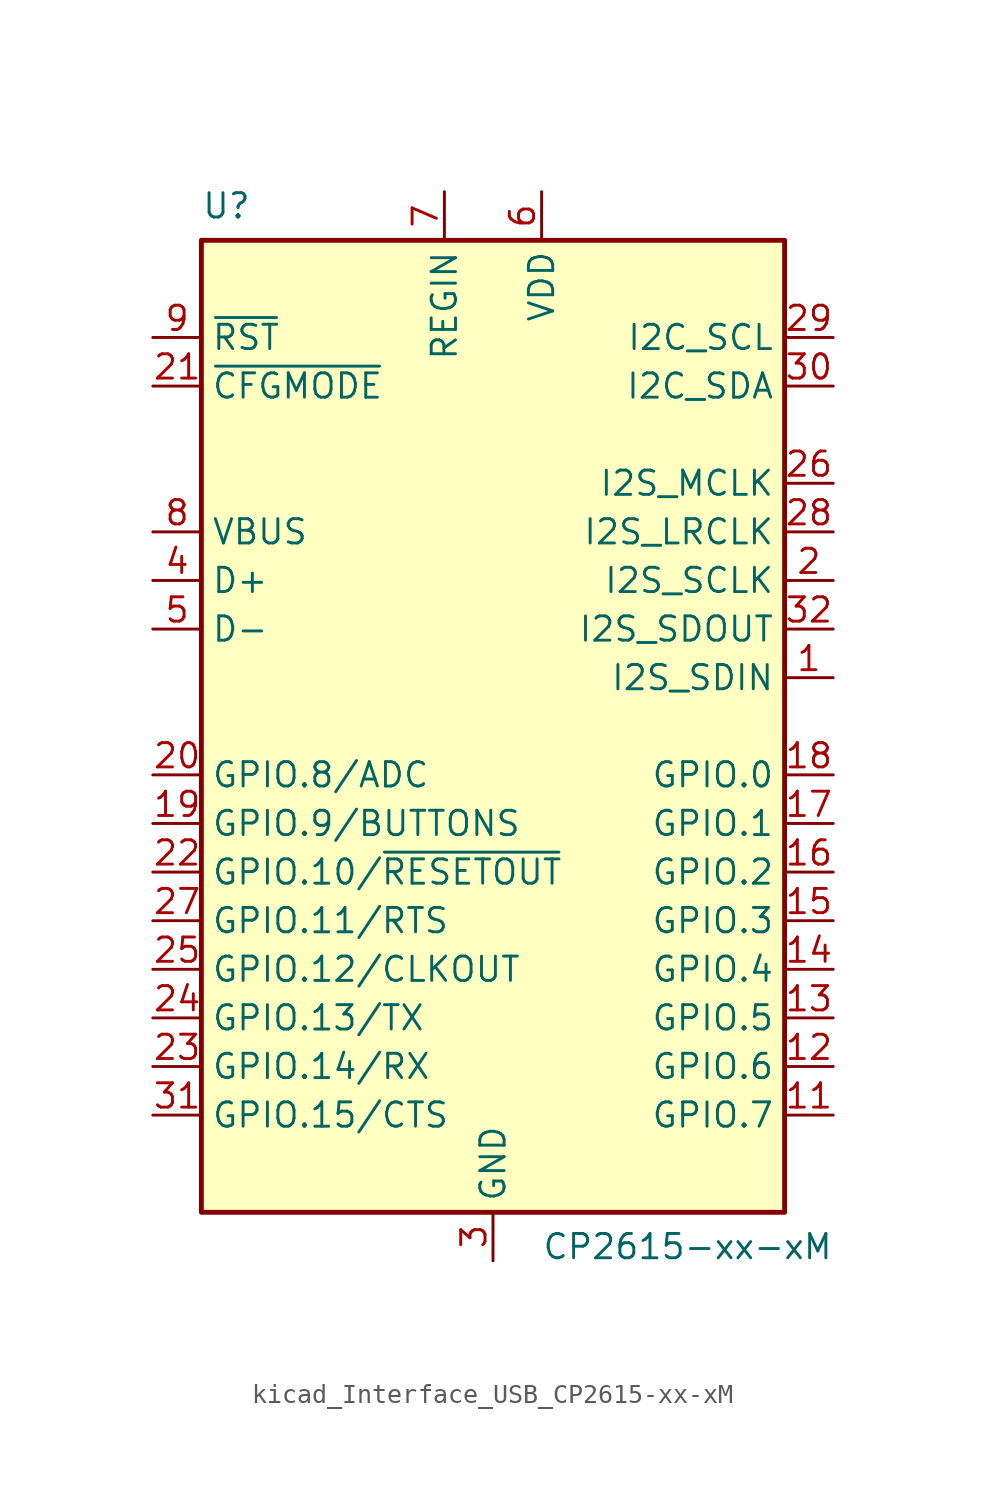
<source format=kicad_sym>
(kicad_symbol_lib
  (version 20220914)
  (generator kicad_symbol_editor)
  (symbol "kicad_Interface_USB_CP2615-xx-xM"
    (property "Reference" "U"
      (at -15.24 27.94 0)
      (effects (font (size 1.27 1.27)) (justify left top)))
    (property "Value" "CP2615-xx-xM"
      (at 2.54 -27.94 0)
      (effects (font (size 1.27 1.27)) (justify left bottom)))
    (symbol "kicad_Interface_USB_CP2615-xx-xM_0_0"
      (pin input line (at 17.78 2.54 180) (length 2.54) (name "I2S_SDIN" (effects (font (size 1.27 1.27)))) (number "1" (effects (font (size 1.27 1.27)))))
      (pin no_connect line (at -15.24 15.24 0) (length 2.54) hide (name "NC" (effects (font (size 1.27 1.27)))) (number "10" (effects (font (size 1.27 1.27)))))
      (pin bidirectional line (at 17.78 -20.32 180) (length 2.54) (name "GPIO.7" (effects (font (size 1.27 1.27)))) (number "11" (effects (font (size 1.27 1.27)))))
      (pin bidirectional line (at 17.78 -17.78 180) (length 2.54) (name "GPIO.6" (effects (font (size 1.27 1.27)))) (number "12" (effects (font (size 1.27 1.27)))))
      (pin output line (at 17.78 7.62 180) (length 2.54) (name "I2S_SCLK" (effects (font (size 1.27 1.27)))) (number "2" (effects (font (size 1.27 1.27)))))
      (pin input line (at -17.78 17.78 0) (length 2.54) (name "~{CFGMODE}" (effects (font (size 1.27 1.27)))) (number "21" (effects (font (size 1.27 1.27)))))
      (pin bidirectional line (at -17.78 -7.62 0) (length 2.54) (name "GPIO.10/~{RESETOUT}" (effects (font (size 1.27 1.27)))) (number "22" (effects (font (size 1.27 1.27)))))
      (pin bidirectional line (at -17.78 -17.78 0) (length 2.54) (name "GPIO.14/RX" (effects (font (size 1.27 1.27)))) (number "23" (effects (font (size 1.27 1.27)))))
      (pin bidirectional line (at -17.78 -15.24 0) (length 2.54) (name "GPIO.13/TX" (effects (font (size 1.27 1.27)))) (number "24" (effects (font (size 1.27 1.27)))))
      (pin bidirectional line (at -17.78 -12.7 0) (length 2.54) (name "GPIO.12/CLKOUT" (effects (font (size 1.27 1.27)))) (number "25" (effects (font (size 1.27 1.27)))))
      (pin output line (at 17.78 12.7 180) (length 2.54) (name "I2S_MCLK" (effects (font (size 1.27 1.27)))) (number "26" (effects (font (size 1.27 1.27)))))
      (pin bidirectional line (at -17.78 -10.16 0) (length 2.54) (name "GPIO.11/RTS" (effects (font (size 1.27 1.27)))) (number "27" (effects (font (size 1.27 1.27)))))
      (pin output line (at 17.78 10.16 180) (length 2.54) (name "I2S_LRCLK" (effects (font (size 1.27 1.27)))) (number "28" (effects (font (size 1.27 1.27)))))
      (pin bidirectional line (at 17.78 20.32 180) (length 2.54) (name "I2C_SCL" (effects (font (size 1.27 1.27)))) (number "29" (effects (font (size 1.27 1.27)))))
      (pin power_in line (at 0 -27.94 90) (length 2.54) (name "GND" (effects (font (size 1.27 1.27)))) (number "3" (effects (font (size 1.27 1.27)))))
      (pin bidirectional line (at 17.78 17.78 180) (length 2.54) (name "I2C_SDA" (effects (font (size 1.27 1.27)))) (number "30" (effects (font (size 1.27 1.27)))))
      (pin bidirectional line (at -17.78 -20.32 0) (length 2.54) (name "GPIO.15/CTS" (effects (font (size 1.27 1.27)))) (number "31" (effects (font (size 1.27 1.27)))))
      (pin output line (at 17.78 5.08 180) (length 2.54) (name "I2S_SDOUT" (effects (font (size 1.27 1.27)))) (number "32" (effects (font (size 1.27 1.27)))))
      (pin bidirectional line (at -17.78 7.62 0) (length 2.54) (name "D+" (effects (font (size 1.27 1.27)))) (number "4" (effects (font (size 1.27 1.27)))))
      (pin bidirectional line (at -17.78 5.08 0) (length 2.54) (name "D-" (effects (font (size 1.27 1.27)))) (number "5" (effects (font (size 1.27 1.27)))))
      (pin power_in line (at 2.54 27.94 270) (length 2.54) (name "VDD" (effects (font (size 1.27 1.27)))) (number "6" (effects (font (size 1.27 1.27)))))
      (pin power_in line (at -2.54 27.94 270) (length 2.54) (name "REGIN" (effects (font (size 1.27 1.27)))) (number "7" (effects (font (size 1.27 1.27)))))
      (pin input line (at -17.78 10.16 0) (length 2.54) (name "VBUS" (effects (font (size 1.27 1.27)))) (number "8" (effects (font (size 1.27 1.27)))))
      (pin bidirectional line (at -17.78 20.32 0) (length 2.54) (name "~{RST}" (effects (font (size 1.27 1.27)))) (number "9" (effects (font (size 1.27 1.27))))))
    (symbol "kicad_Interface_USB_CP2615-xx-xM_0_1"
      (rectangle (start -15.24 -25.4) (end 15.24 25.4) (stroke (width 0.254) (type default)) (fill (type background))))
    (symbol "kicad_Interface_USB_CP2615-xx-xM_1_1"
      (pin bidirectional line (at 17.78 -15.24 180) (length 2.54) (name "GPIO.5" (effects (font (size 1.27 1.27)))) (number "13" (effects (font (size 1.27 1.27)))))
      (pin bidirectional line (at 17.78 -12.7 180) (length 2.54) (name "GPIO.4" (effects (font (size 1.27 1.27)))) (number "14" (effects (font (size 1.27 1.27)))))
      (pin bidirectional line (at 17.78 -10.16 180) (length 2.54) (name "GPIO.3" (effects (font (size 1.27 1.27)))) (number "15" (effects (font (size 1.27 1.27)))))
      (pin bidirectional line (at 17.78 -7.62 180) (length 2.54) (name "GPIO.2" (effects (font (size 1.27 1.27)))) (number "16" (effects (font (size 1.27 1.27)))))
      (pin bidirectional line (at 17.78 -5.08 180) (length 2.54) (name "GPIO.1" (effects (font (size 1.27 1.27)))) (number "17" (effects (font (size 1.27 1.27)))))
      (pin bidirectional line (at 17.78 -2.54 180) (length 2.54) (name "GPIO.0" (effects (font (size 1.27 1.27)))) (number "18" (effects (font (size 1.27 1.27)))))
      (pin bidirectional line (at -17.78 -5.08 0) (length 2.54) (name "GPIO.9/BUTTONS" (effects (font (size 1.27 1.27)))) (number "19" (effects (font (size 1.27 1.27)))))
      (pin bidirectional line (at -17.78 -2.54 0) (length 2.54) (name "GPIO.8/ADC" (effects (font (size 1.27 1.27)))) (number "20" (effects (font (size 1.27 1.27)))))
      (pin passive line (at 0 -27.94 90) (length 2.54) hide (name "GND" (effects (font (size 1.27 1.27)))) (number "33" (effects (font (size 1.27 1.27))))))))
</source>
